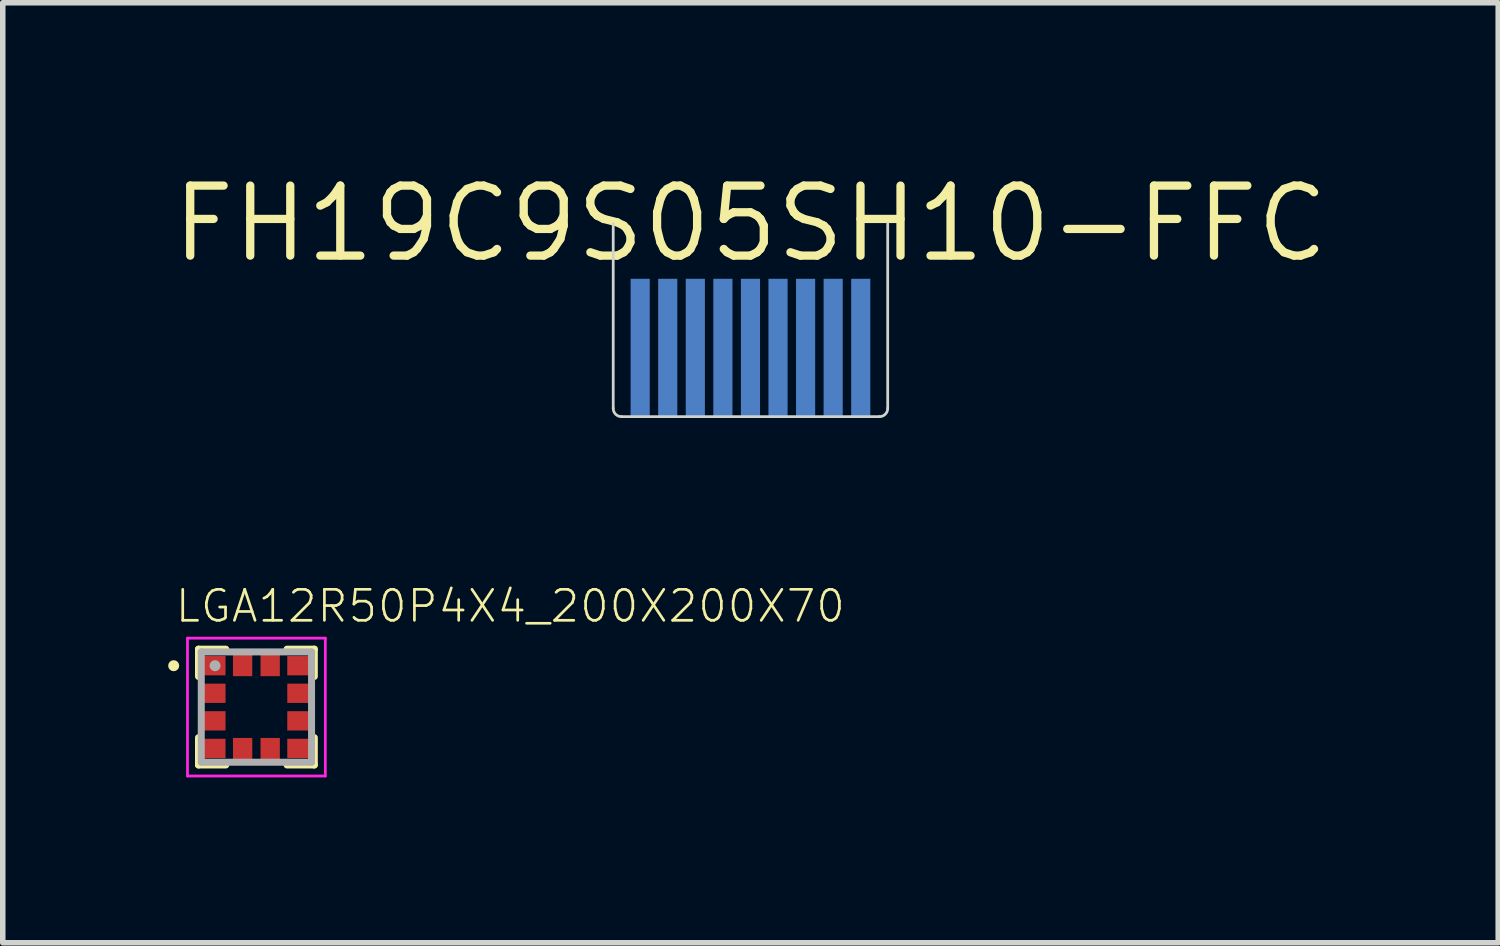
<source format=kicad_pcb>
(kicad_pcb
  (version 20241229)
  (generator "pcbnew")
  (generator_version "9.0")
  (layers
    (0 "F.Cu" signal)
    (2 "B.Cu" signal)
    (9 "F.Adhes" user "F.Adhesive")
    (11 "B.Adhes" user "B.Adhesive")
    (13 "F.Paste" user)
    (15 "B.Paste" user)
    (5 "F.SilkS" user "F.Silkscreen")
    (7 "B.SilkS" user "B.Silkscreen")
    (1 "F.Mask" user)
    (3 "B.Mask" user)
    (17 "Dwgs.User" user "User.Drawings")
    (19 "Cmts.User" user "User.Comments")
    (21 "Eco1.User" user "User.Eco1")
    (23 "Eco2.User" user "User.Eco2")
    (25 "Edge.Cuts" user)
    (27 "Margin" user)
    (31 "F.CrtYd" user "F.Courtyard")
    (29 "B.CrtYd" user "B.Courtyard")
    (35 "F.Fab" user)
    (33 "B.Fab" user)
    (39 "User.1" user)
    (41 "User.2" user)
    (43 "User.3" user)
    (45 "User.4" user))
  (footprint "LGA12R50P4X4_200X200X70"
    (layer "F.Cu")
    (at 1.6 9.773)
    (property "Reference" "LGA12R50P4X4_200X200X70" (at -1.502 -1.502 0) (layer "F.SilkS") (effects (font (size 0.562 0.562) (thickness 0.049)) (justify left bottom)))
    (fp_line (start -1.05 -1.05) (end -0.555 -1.05) (stroke (width 0.127) (type solid)) (layer "F.SilkS"))
    (fp_line (start -1.05 -0.555) (end -1.05 -1.05) (stroke (width 0.127) (type solid)) (layer "F.SilkS"))
    (fp_line (start -1.05 0.555) (end -1.05 1.05) (stroke (width 0.127) (type solid)) (layer "F.SilkS"))
    (fp_line (start -1.05 1.05) (end -0.555 1.05) (stroke (width 0.127) (type solid)) (layer "F.SilkS"))
    (fp_line (start 0.555 -1.05) (end 1.05 -1.05) (stroke (width 0.127) (type solid)) (layer "F.SilkS"))
    (fp_line (start 0.555 1.05) (end 1.05 1.05) (stroke (width 0.127) (type solid)) (layer "F.SilkS"))
    (fp_line (start 1.05 -1.05) (end 1.05 -0.555) (stroke (width 0.127) (type solid)) (layer "F.SilkS"))
    (fp_line (start 1.05 1.05) (end 1.05 0.555) (stroke (width 0.127) (type solid)) (layer "F.SilkS"))
    (fp_circle (center -1.5 -0.75) (end -1.45 -0.75) (stroke (width 0.1) (type solid)) (fill no) (layer "F.SilkS"))
    (fp_line (start -1.25 -1.25) (end 1.25 -1.25) (stroke (width 0.05) (type solid)) (layer "F.CrtYd"))
    (fp_line (start -1.25 1.25) (end -1.25 -1.25) (stroke (width 0.05) (type solid)) (layer "F.CrtYd"))
    (fp_line (start 1.25 -1.25) (end 1.25 1.25) (stroke (width 0.05) (type solid)) (layer "F.CrtYd"))
    (fp_line (start 1.25 1.25) (end -1.25 1.25) (stroke (width 0.05) (type solid)) (layer "F.CrtYd"))
    (fp_line (start -1 -1) (end 1 -1) (stroke (width 0.127) (type solid)) (layer "F.Fab"))
    (fp_line (start -1 1) (end -1 -1) (stroke (width 0.127) (type solid)) (layer "F.Fab"))
    (fp_line (start 1 -1) (end 1 1) (stroke (width 0.127) (type solid)) (layer "F.Fab"))
    (fp_line (start 1 1) (end -1 1) (stroke (width 0.127) (type solid)) (layer "F.Fab"))
    (fp_circle (center -0.75 -0.75) (end -0.7 -0.75) (stroke (width 0.1) (type solid)) (fill no) (layer "F.Fab"))
    (pad "1" smd rect (at -0.76 -0.75) (size 0.4 0.35) (layers "F.Cu" "F.Mask" "F.Paste"))
    (pad "2" smd rect (at -0.76 -0.25) (size 0.4 0.35) (layers "F.Cu" "F.Mask" "F.Paste"))
    (pad "3" smd rect (at -0.76 0.25) (size 0.4 0.35) (layers "F.Cu" "F.Mask" "F.Paste"))
    (pad "4" smd rect (at -0.76 0.75) (size 0.4 0.35) (layers "F.Cu" "F.Mask" "F.Paste"))
    (pad "5" smd rect (at -0.25 0.76) (size 0.35 0.4) (layers "F.Cu" "F.Mask" "F.Paste"))
    (pad "6" smd rect (at 0.25 0.76) (size 0.35 0.4) (layers "F.Cu" "F.Mask" "F.Paste"))
    (pad "7" smd rect (at 0.76 0.75) (size 0.4 0.35) (layers "F.Cu" "F.Mask" "F.Paste"))
    (pad "8" smd rect (at 0.76 0.25) (size 0.4 0.35) (layers "F.Cu" "F.Mask" "F.Paste"))
    (pad "9" smd rect (at 0.76 -0.25) (size 0.4 0.35) (layers "F.Cu" "F.Mask" "F.Paste"))
    (pad "10" smd rect (at 0.76 -0.75) (size 0.4 0.35) (layers "F.Cu" "F.Mask" "F.Paste"))
    (pad "11" smd rect (at 0.25 -0.76) (size 0.35 0.4) (layers "F.Cu" "F.Mask" "F.Paste"))
    (pad "12" smd rect (at -0.25 -0.76) (size 0.35 0.4) (layers "F.Cu" "F.Mask" "F.Paste")))
  (footprint "FH19C9S05SH10-FFC"
    (layer "F.Cu")
    (at 10.56 1.006)
    (property "Reference" "FH19C9S05SH10-FFC" (at 0 0 0) (layer "F.SilkS") (effects (font (size 1.27 1.27) (thickness 0.15))))
    (fp_poly (pts (xy 2.565 3.556) (xy -2.565 3.556) (xy -2.566 0.898) (xy 2.564 0.898)) (stroke (width 0) (type solid)) (fill yes) (layer "B.Mask"))
    (fp_line (start -2.489 0) (end -2.489 3.35) (stroke (width 0.05) (type solid)) (layer "Edge.Cuts"))
    (fp_line (start -2.339 3.5) (end 2.339 3.5) (stroke (width 0.05) (type solid)) (layer "Edge.Cuts"))
    (fp_line (start 2.489 0) (end 2.489 3.35) (stroke (width 0.05) (type solid)) (layer "Edge.Cuts"))
    (fp_arc (start -2.3392 3.5) (mid -2.445266 3.456066) (end -2.4892 3.35) (stroke (width 0.05) (type solid)) (layer "Edge.Cuts"))
    (fp_arc (start 2.4892 3.35) (mid 2.445266 3.456066) (end 2.3392 3.5) (stroke (width 0.05) (type solid)) (layer "Edge.Cuts"))
    (pad "1" smd rect (at 2 2.25 90) (size 2.5 0.347) (layers "B.Cu" "B.Mask"))
    (pad "2" smd rect (at 1.5 2.25 90) (size 2.5 0.347) (layers "B.Cu" "B.Mask"))
    (pad "3" smd rect (at 1 2.25 90) (size 2.5 0.347) (layers "B.Cu" "B.Mask"))
    (pad "4" smd rect (at 0.5 2.25 90) (size 2.5 0.347) (layers "B.Cu" "B.Mask"))
    (pad "5" smd rect (at 0 2.25 90) (size 2.5 0.347) (layers "B.Cu" "B.Mask"))
    (pad "6" smd rect (at -0.5 2.25 90) (size 2.5 0.347) (layers "B.Cu" "B.Mask"))
    (pad "7" smd rect (at -1 2.25 90) (size 2.5 0.347) (layers "B.Cu" "B.Mask"))
    (pad "8" smd rect (at -1.5 2.25 90) (size 2.5 0.347) (layers "B.Cu" "B.Mask"))
    (pad "9" smd rect (at -2 2.25 90) (size 2.5 0.347) (layers "B.Cu" "B.Mask")))
  (gr_rect
    (start -3 -3)
    (end 24.121 14.048)
    (stroke (width 0.1) (type default))
    (fill no)
    (layer "Edge.Cuts")))
</source>
